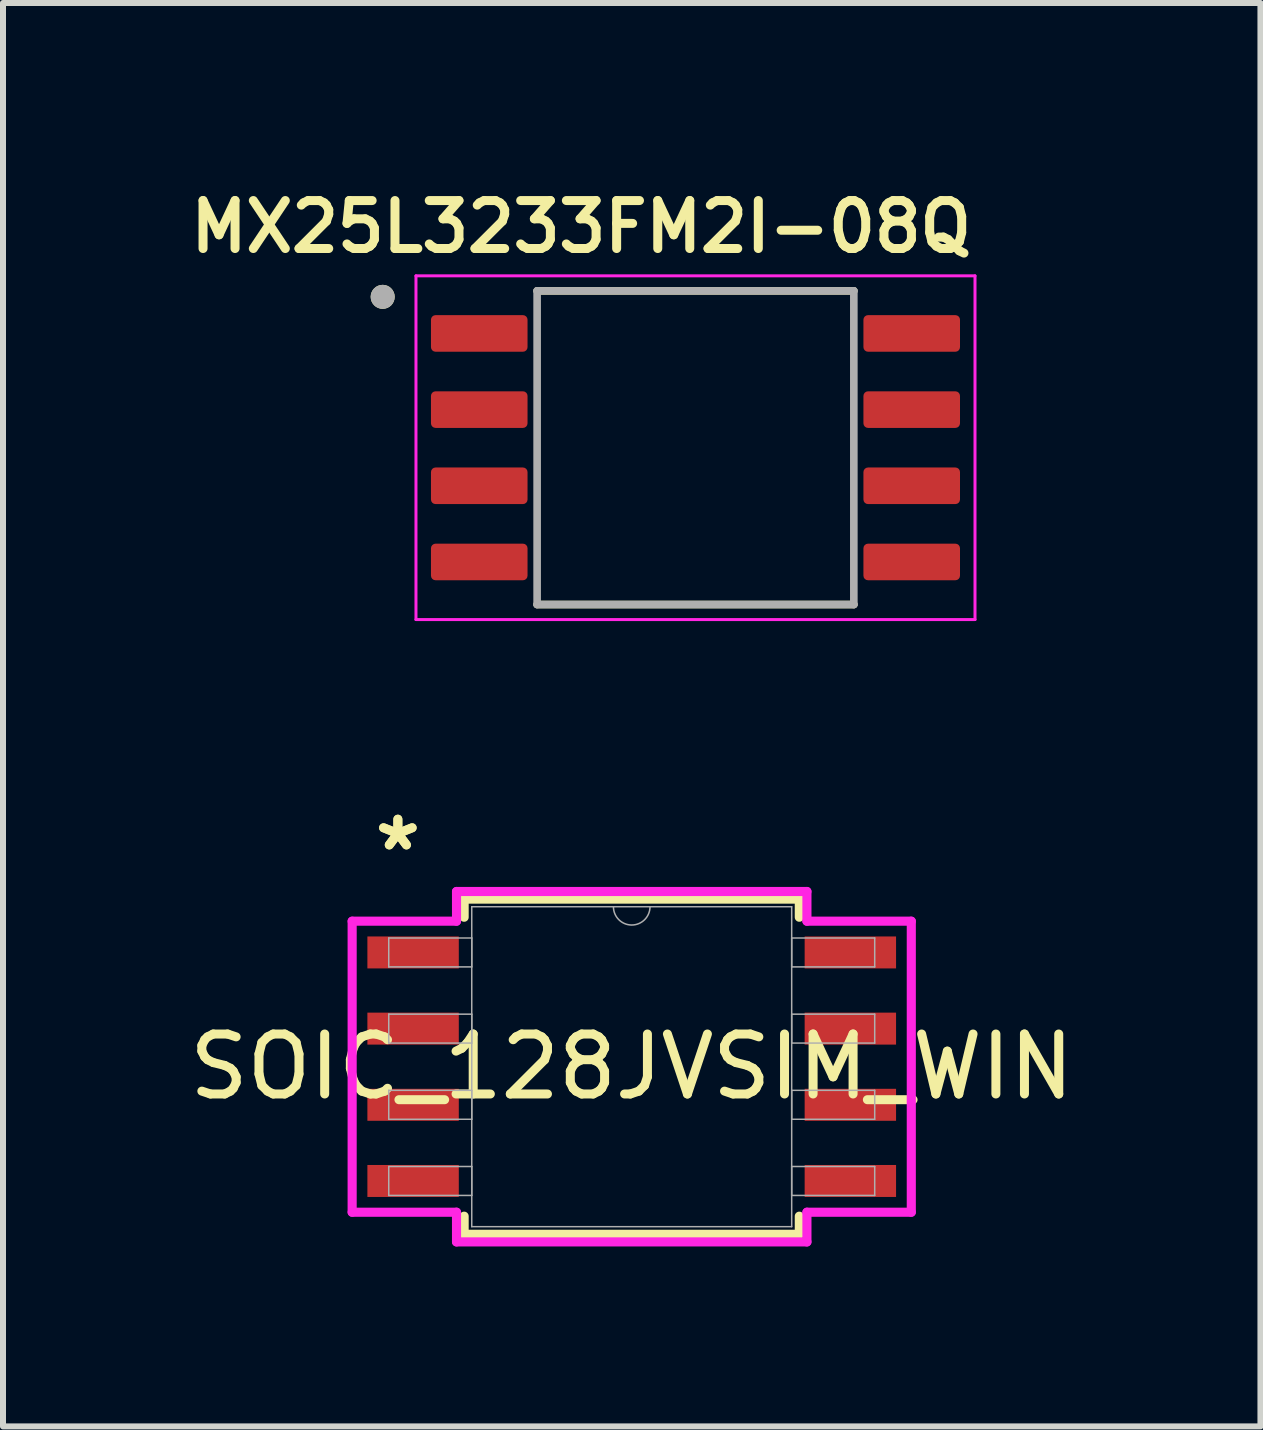
<source format=kicad_pcb>
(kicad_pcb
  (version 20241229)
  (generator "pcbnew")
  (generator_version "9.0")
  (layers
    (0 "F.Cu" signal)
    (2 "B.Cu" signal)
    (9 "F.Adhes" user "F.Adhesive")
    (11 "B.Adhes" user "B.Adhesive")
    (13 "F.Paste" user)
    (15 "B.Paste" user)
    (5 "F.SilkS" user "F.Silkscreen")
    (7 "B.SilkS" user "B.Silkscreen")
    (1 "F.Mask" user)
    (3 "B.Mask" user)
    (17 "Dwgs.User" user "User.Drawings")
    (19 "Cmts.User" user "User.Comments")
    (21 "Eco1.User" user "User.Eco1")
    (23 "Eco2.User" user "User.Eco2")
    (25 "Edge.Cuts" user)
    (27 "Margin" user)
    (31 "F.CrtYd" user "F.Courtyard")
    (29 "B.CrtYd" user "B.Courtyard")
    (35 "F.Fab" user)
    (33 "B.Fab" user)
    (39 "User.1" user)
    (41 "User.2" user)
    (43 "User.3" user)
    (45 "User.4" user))
  (footprint "SOIC_128JVSIM_WIN"
    (layer "F.Cu")
    (at 7.482 14.734)
    (property "Reference" "SOIC_128JVSIM_WIN" (at 0 0 0) (unlocked yes) (layer "F.SilkS") (effects (font (size 1 1) (thickness 0.15))))
    (attr smd)
    (fp_line (start -2.794 -2.794) (end -2.794 -2.492) (stroke (width 0.152) (type solid)) (layer "F.SilkS"))
    (fp_line (start -2.794 2.492) (end -2.794 2.794) (stroke (width 0.152) (type solid)) (layer "F.SilkS"))
    (fp_line (start -2.794 2.794) (end 2.794 2.794) (stroke (width 0.152) (type solid)) (layer "F.SilkS"))
    (fp_line (start 2.794 -2.794) (end -2.794 -2.794) (stroke (width 0.152) (type solid)) (layer "F.SilkS"))
    (fp_line (start 2.794 -2.492) (end 2.794 -2.794) (stroke (width 0.152) (type solid)) (layer "F.SilkS"))
    (fp_line (start 2.794 2.794) (end 2.794 2.492) (stroke (width 0.152) (type solid)) (layer "F.SilkS"))
    (fp_line (start -4.661 -2.426) (end -2.921 -2.426) (stroke (width 0.152) (type solid)) (layer "F.CrtYd"))
    (fp_line (start -4.661 2.426) (end -4.661 -2.426) (stroke (width 0.152) (type solid)) (layer "F.CrtYd"))
    (fp_line (start -4.661 2.426) (end -2.921 2.426) (stroke (width 0.152) (type solid)) (layer "F.CrtYd"))
    (fp_line (start -2.921 -2.921) (end 2.921 -2.921) (stroke (width 0.152) (type solid)) (layer "F.CrtYd"))
    (fp_line (start -2.921 -2.426) (end -2.921 -2.921) (stroke (width 0.152) (type solid)) (layer "F.CrtYd"))
    (fp_line (start -2.921 2.921) (end -2.921 2.426) (stroke (width 0.152) (type solid)) (layer "F.CrtYd"))
    (fp_line (start 2.921 -2.921) (end 2.921 -2.426) (stroke (width 0.152) (type solid)) (layer "F.CrtYd"))
    (fp_line (start 2.921 2.426) (end 2.921 2.921) (stroke (width 0.152) (type solid)) (layer "F.CrtYd"))
    (fp_line (start 2.921 2.921) (end -2.921 2.921) (stroke (width 0.152) (type solid)) (layer "F.CrtYd"))
    (fp_line (start 4.661 -2.426) (end 2.921 -2.426) (stroke (width 0.152) (type solid)) (layer "F.CrtYd"))
    (fp_line (start 4.661 -2.426) (end 4.661 2.426) (stroke (width 0.152) (type solid)) (layer "F.CrtYd"))
    (fp_line (start 4.661 2.426) (end 2.921 2.426) (stroke (width 0.152) (type solid)) (layer "F.CrtYd"))
    (fp_line (start -4.051 -2.146) (end -4.051 -1.664) (stroke (width 0.025) (type solid)) (layer "F.Fab"))
    (fp_line (start -4.051 -1.664) (end -2.667 -1.664) (stroke (width 0.025) (type solid)) (layer "F.Fab"))
    (fp_line (start -4.051 -0.876) (end -4.051 -0.394) (stroke (width 0.025) (type solid)) (layer "F.Fab"))
    (fp_line (start -4.051 -0.394) (end -2.667 -0.394) (stroke (width 0.025) (type solid)) (layer "F.Fab"))
    (fp_line (start -4.051 0.394) (end -4.051 0.876) (stroke (width 0.025) (type solid)) (layer "F.Fab"))
    (fp_line (start -4.051 0.876) (end -2.667 0.876) (stroke (width 0.025) (type solid)) (layer "F.Fab"))
    (fp_line (start -4.051 1.664) (end -4.051 2.146) (stroke (width 0.025) (type solid)) (layer "F.Fab"))
    (fp_line (start -4.051 2.146) (end -2.667 2.146) (stroke (width 0.025) (type solid)) (layer "F.Fab"))
    (fp_line (start -2.667 -2.667) (end -2.667 2.667) (stroke (width 0.025) (type solid)) (layer "F.Fab"))
    (fp_line (start -2.667 -2.146) (end -4.051 -2.146) (stroke (width 0.025) (type solid)) (layer "F.Fab"))
    (fp_line (start -2.667 -1.664) (end -2.667 -2.146) (stroke (width 0.025) (type solid)) (layer "F.Fab"))
    (fp_line (start -2.667 -0.876) (end -4.051 -0.876) (stroke (width 0.025) (type solid)) (layer "F.Fab"))
    (fp_line (start -2.667 -0.394) (end -2.667 -0.876) (stroke (width 0.025) (type solid)) (layer "F.Fab"))
    (fp_line (start -2.667 0.394) (end -4.051 0.394) (stroke (width 0.025) (type solid)) (layer "F.Fab"))
    (fp_line (start -2.667 0.876) (end -2.667 0.394) (stroke (width 0.025) (type solid)) (layer "F.Fab"))
    (fp_line (start -2.667 1.664) (end -4.051 1.664) (stroke (width 0.025) (type solid)) (layer "F.Fab"))
    (fp_line (start -2.667 2.146) (end -2.667 1.664) (stroke (width 0.025) (type solid)) (layer "F.Fab"))
    (fp_line (start -2.667 2.667) (end 2.667 2.667) (stroke (width 0.025) (type solid)) (layer "F.Fab"))
    (fp_line (start 2.667 -2.667) (end -2.667 -2.667) (stroke (width 0.025) (type solid)) (layer "F.Fab"))
    (fp_line (start 2.667 -2.146) (end 2.667 -1.664) (stroke (width 0.025) (type solid)) (layer "F.Fab"))
    (fp_line (start 2.667 -1.664) (end 4.051 -1.664) (stroke (width 0.025) (type solid)) (layer "F.Fab"))
    (fp_line (start 2.667 -0.876) (end 2.667 -0.394) (stroke (width 0.025) (type solid)) (layer "F.Fab"))
    (fp_line (start 2.667 -0.394) (end 4.051 -0.394) (stroke (width 0.025) (type solid)) (layer "F.Fab"))
    (fp_line (start 2.667 0.394) (end 2.667 0.876) (stroke (width 0.025) (type solid)) (layer "F.Fab"))
    (fp_line (start 2.667 0.876) (end 4.051 0.876) (stroke (width 0.025) (type solid)) (layer "F.Fab"))
    (fp_line (start 2.667 1.664) (end 2.667 2.146) (stroke (width 0.025) (type solid)) (layer "F.Fab"))
    (fp_line (start 2.667 2.146) (end 4.051 2.146) (stroke (width 0.025) (type solid)) (layer "F.Fab"))
    (fp_line (start 2.667 2.667) (end 2.667 -2.667) (stroke (width 0.025) (type solid)) (layer "F.Fab"))
    (fp_line (start 4.051 -2.146) (end 2.667 -2.146) (stroke (width 0.025) (type solid)) (layer "F.Fab"))
    (fp_line (start 4.051 -1.664) (end 4.051 -2.146) (stroke (width 0.025) (type solid)) (layer "F.Fab"))
    (fp_line (start 4.051 -0.876) (end 2.667 -0.876) (stroke (width 0.025) (type solid)) (layer "F.Fab"))
    (fp_line (start 4.051 -0.394) (end 4.051 -0.876) (stroke (width 0.025) (type solid)) (layer "F.Fab"))
    (fp_line (start 4.051 0.394) (end 2.667 0.394) (stroke (width 0.025) (type solid)) (layer "F.Fab"))
    (fp_line (start 4.051 0.876) (end 4.051 0.394) (stroke (width 0.025) (type solid)) (layer "F.Fab"))
    (fp_line (start 4.051 1.664) (end 2.667 1.664) (stroke (width 0.025) (type solid)) (layer "F.Fab"))
    (fp_line (start 4.051 2.146) (end 4.051 1.664) (stroke (width 0.025) (type solid)) (layer "F.Fab"))
    (fp_arc (start 0.3048 -2.667) (mid 0 -2.3622) (end -0.3048 -2.667) (stroke (width 0.0254) (type solid)) (layer "F.Fab"))
    (fp_text user "*" (at -3.899 -3.581 0) (layer "F.SilkS") (effects (font (size 1 1) (thickness 0.15))))
    (fp_text user "*" (at -3.899 -3.581 0) (unlocked yes) (layer "F.SilkS") (effects (font (size 1 1) (thickness 0.15))))
    (pad "1" smd rect (at -3.645 -1.905) (size 1.524 0.533) (layers "F.Cu" "F.Mask" "F.Paste"))
    (pad "2" smd rect (at -3.645 -0.635) (size 1.524 0.533) (layers "F.Cu" "F.Mask" "F.Paste"))
    (pad "3" smd rect (at -3.645 0.635) (size 1.524 0.533) (layers "F.Cu" "F.Mask" "F.Paste"))
    (pad "4" smd rect (at -3.645 1.905) (size 1.524 0.533) (layers "F.Cu" "F.Mask" "F.Paste"))
    (pad "5" smd rect (at 3.645 1.905) (size 1.524 0.533) (layers "F.Cu" "F.Mask" "F.Paste"))
    (pad "6" smd rect (at 3.645 0.635) (size 1.524 0.533) (layers "F.Cu" "F.Mask" "F.Paste"))
    (pad "7" smd rect (at 3.645 -0.635) (size 1.524 0.533) (layers "F.Cu" "F.Mask" "F.Paste"))
    (pad "8" smd rect (at 3.645 -1.905) (size 1.524 0.533) (layers "F.Cu" "F.Mask" "F.Paste")))
  (footprint "MX25L3233FM2I-08Q"
    (layer "F.Cu")
    (at 8.545 4.414)
    (property "Reference" "MX25L3233FM2I-08Q" (at -1.905 -3.683 0) (layer "F.SilkS") (effects (font (size 0.8 0.8) (thickness 0.15))))
    (attr smd)
    (fp_line (start -2.64 -2.615) (end 2.64 -2.615) (stroke (width 0.127) (type solid)) (layer "F.SilkS"))
    (fp_line (start -2.64 2.615) (end 2.64 2.615) (stroke (width 0.127) (type solid)) (layer "F.SilkS"))
    (fp_circle (center -5.215 -2.515) (end -5.115 -2.515) (stroke (width 0.2) (type solid)) (fill no) (layer "F.SilkS"))
    (fp_line (start -4.66 -2.865) (end -4.66 2.865) (stroke (width 0.05) (type solid)) (layer "F.CrtYd"))
    (fp_line (start -4.66 -2.865) (end 4.66 -2.865) (stroke (width 0.05) (type solid)) (layer "F.CrtYd"))
    (fp_line (start -4.66 2.865) (end 4.66 2.865) (stroke (width 0.05) (type solid)) (layer "F.CrtYd"))
    (fp_line (start 4.66 -2.865) (end 4.66 2.865) (stroke (width 0.05) (type solid)) (layer "F.CrtYd"))
    (fp_line (start -2.64 -2.615) (end -2.64 2.615) (stroke (width 0.127) (type solid)) (layer "F.Fab"))
    (fp_line (start -2.64 -2.615) (end 2.64 -2.615) (stroke (width 0.127) (type solid)) (layer "F.Fab"))
    (fp_line (start -2.64 2.615) (end 2.64 2.615) (stroke (width 0.127) (type solid)) (layer "F.Fab"))
    (fp_line (start 2.64 -2.615) (end 2.64 2.615) (stroke (width 0.127) (type solid)) (layer "F.Fab"))
    (fp_circle (center -5.215 -2.515) (end -5.115 -2.515) (stroke (width 0.2) (type solid)) (fill no) (layer "F.Fab"))
    (pad "1" smd roundrect (at -3.605 -1.905) (size 1.61 0.61) (layers "F.Cu" "F.Mask" "F.Paste") (roundrect_rratio 0.125))
    (pad "2" smd roundrect (at -3.605 -0.635) (size 1.61 0.61) (layers "F.Cu" "F.Mask" "F.Paste") (roundrect_rratio 0.125))
    (pad "3" smd roundrect (at -3.605 0.635) (size 1.61 0.61) (layers "F.Cu" "F.Mask" "F.Paste") (roundrect_rratio 0.125))
    (pad "4" smd roundrect (at -3.605 1.905) (size 1.61 0.61) (layers "F.Cu" "F.Mask" "F.Paste") (roundrect_rratio 0.125))
    (pad "5" smd roundrect (at 3.605 1.905) (size 1.61 0.61) (layers "F.Cu" "F.Mask" "F.Paste") (roundrect_rratio 0.125))
    (pad "6" smd roundrect (at 3.605 0.635) (size 1.61 0.61) (layers "F.Cu" "F.Mask" "F.Paste") (roundrect_rratio 0.125))
    (pad "7" smd roundrect (at 3.605 -0.635) (size 1.61 0.61) (layers "F.Cu" "F.Mask" "F.Paste") (roundrect_rratio 0.125))
    (pad "8" smd roundrect (at 3.605 -1.905) (size 1.61 0.61) (layers "F.Cu" "F.Mask" "F.Paste") (roundrect_rratio 0.125)))
  (gr_rect
    (start -3 -3)
    (end 17.964 20.731)
    (stroke (width 0.1) (type default))
    (fill no)
    (layer "Edge.Cuts")))
</source>
